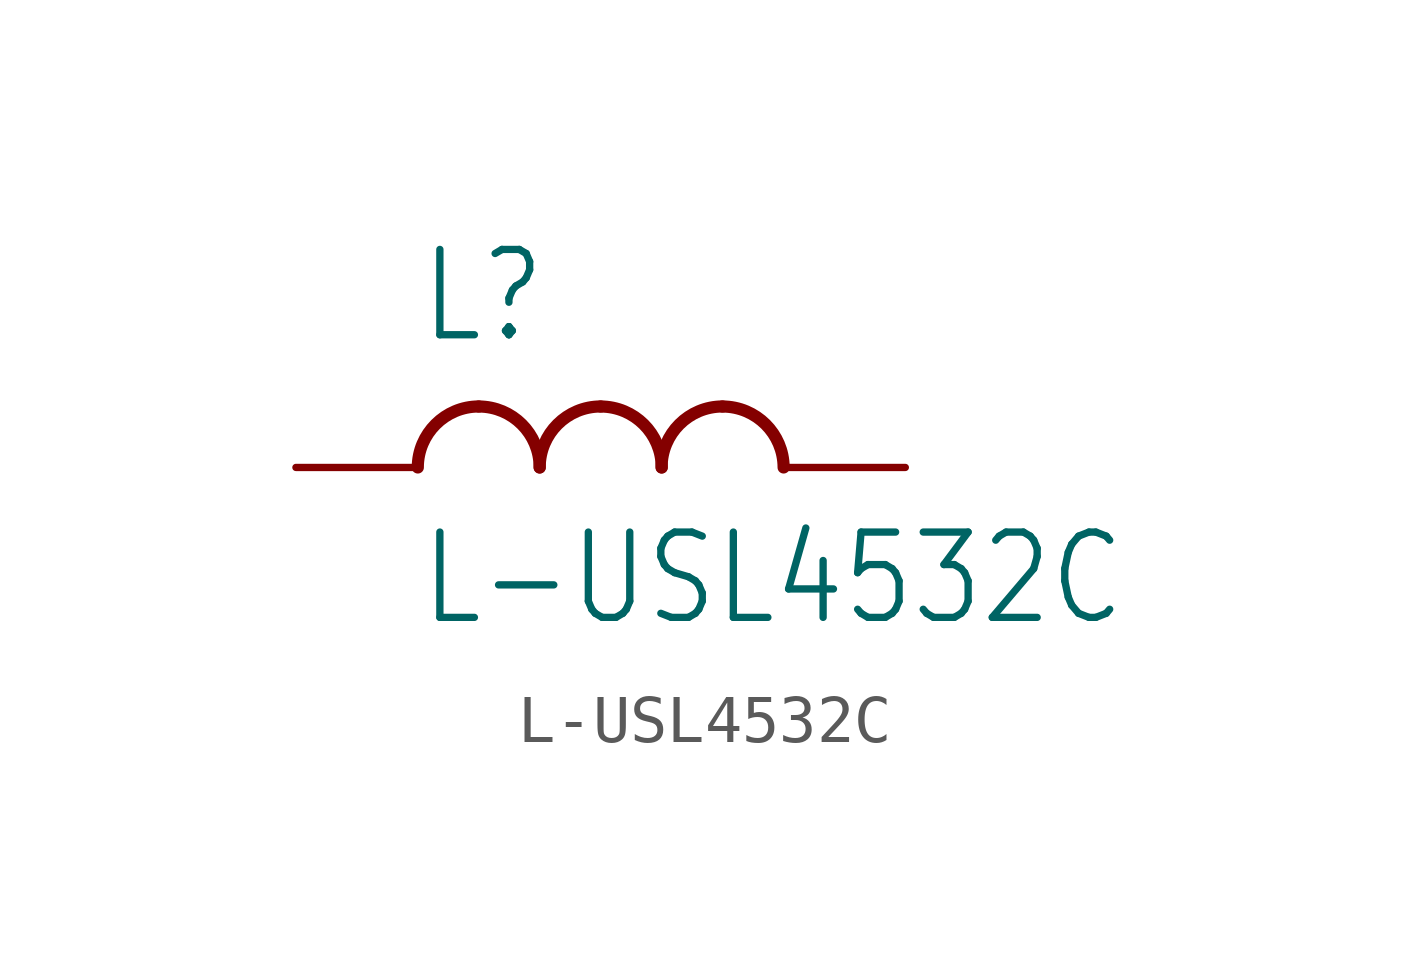
<source format=kicad_sym>
(kicad_symbol_lib
  (version 20211014)
  (generator kicad_symbol_editor)
  (symbol "L-USL4532C"
    (property "Reference" "L"
      (at -5.08 2.54 0)
      (effects (font (size 1.778 1.511)) (justify left bottom)))
    (property "Value" "L-USL4532C"
      (at -5.08 -1.27 0)
      (effects (font (size 1.778 1.511)) (justify left top)))
    (property "ki_locked" ""
      (at 0 0 0)
      (effects (font (size 1.27 1.27))))
    (symbol "L-USL4532C_1_0"
      (arc (start -3.81 1.27) (mid -4.708 0.898) (end -5.08 0) (stroke (width 0.254) (type default) (color 0 0 0 0)) (fill (type none)))
      (arc (start -2.54 0) (mid -2.912 0.898) (end -3.81 1.27) (stroke (width 0.254) (type default) (color 0 0 0 0)) (fill (type none)))
      (arc (start -1.27 1.27) (mid -2.168 0.898) (end -2.54 0) (stroke (width 0.254) (type default) (color 0 0 0 0)) (fill (type none)))
      (arc (start 0 0) (mid -0.372 0.898) (end -1.27 1.27) (stroke (width 0.254) (type default) (color 0 0 0 0)) (fill (type none)))
      (arc (start 1.27 1.27) (mid 0.372 0.898) (end 0 0) (stroke (width 0.254) (type default) (color 0 0 0 0)) (fill (type none)))
      (arc (start 2.54 0) (mid 2.168 0.898) (end 1.27 1.27) (stroke (width 0.254) (type default) (color 0 0 0 0)) (fill (type none)))
      (pin passive line (at -7.62 0 0) (length 2.54) (name "1" (effects (font (size 0 0)))) (number "1" (effects (font (size 0 0)))))
      (pin passive line (at 5.08 0 180) (length 2.54) (name "2" (effects (font (size 0 0)))) (number "2" (effects (font (size 0 0))))))))
</source>
